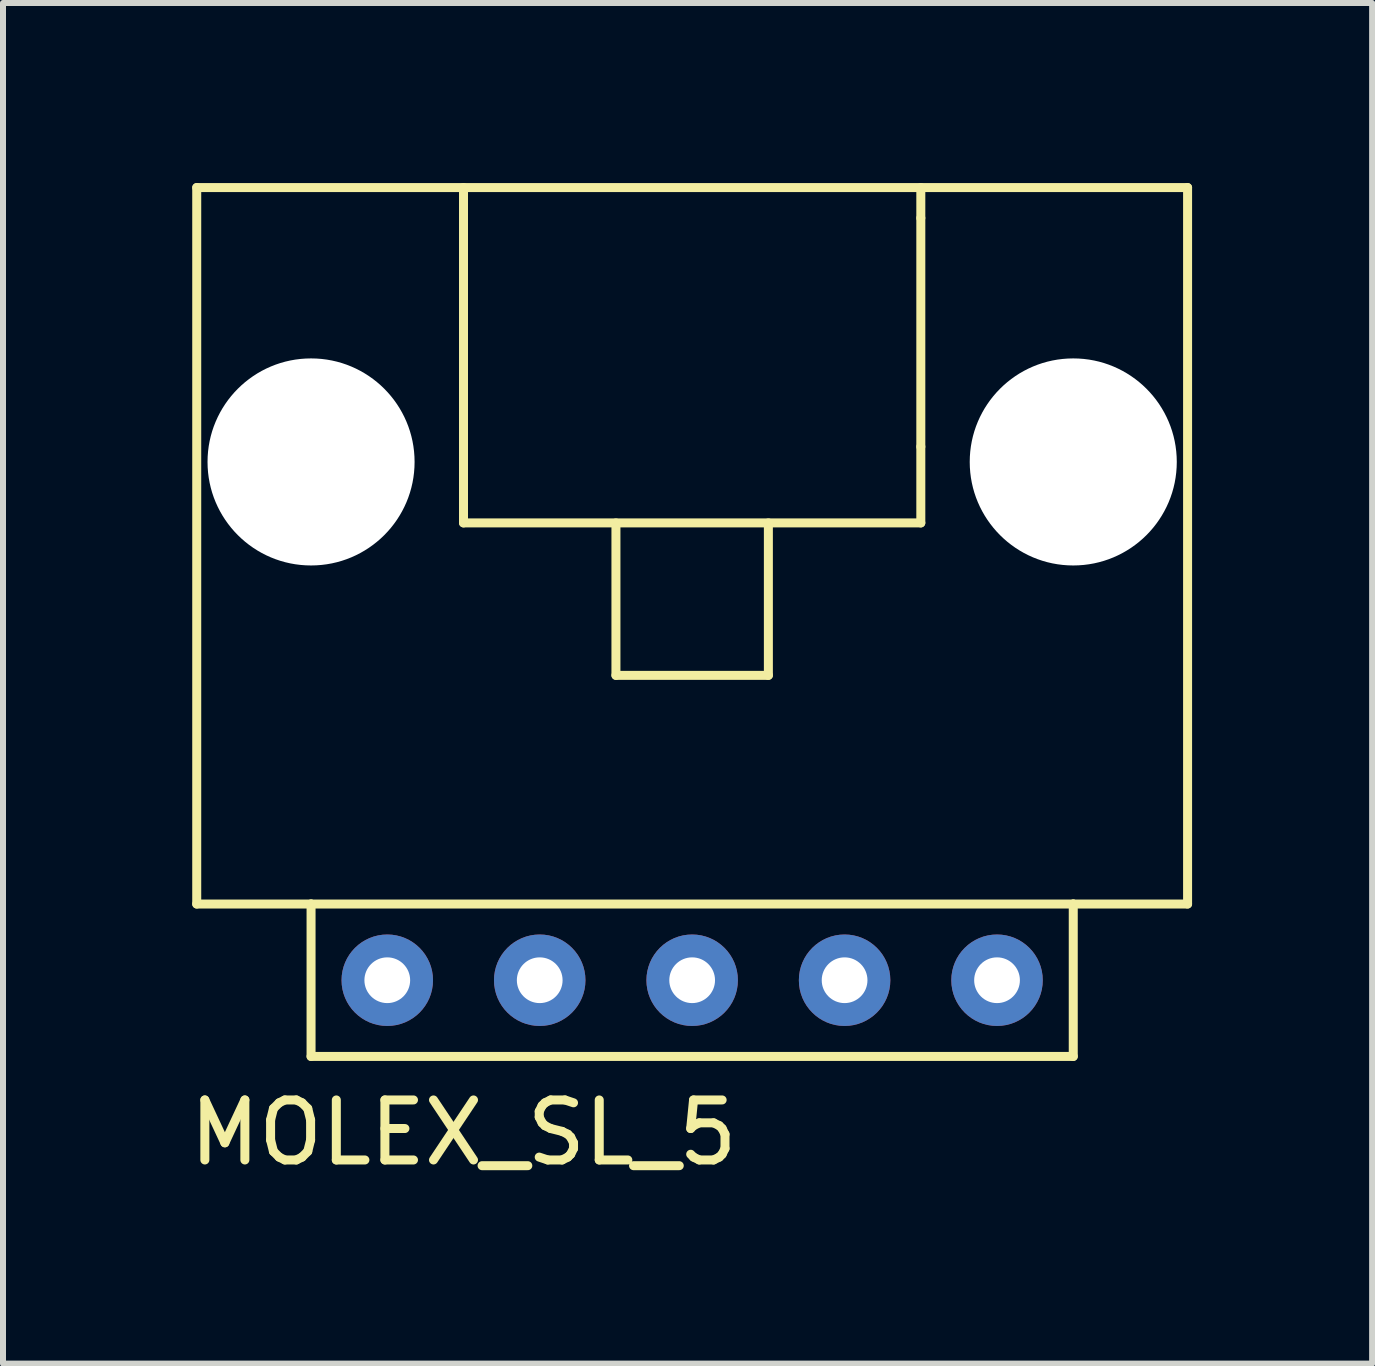
<source format=kicad_pcb>
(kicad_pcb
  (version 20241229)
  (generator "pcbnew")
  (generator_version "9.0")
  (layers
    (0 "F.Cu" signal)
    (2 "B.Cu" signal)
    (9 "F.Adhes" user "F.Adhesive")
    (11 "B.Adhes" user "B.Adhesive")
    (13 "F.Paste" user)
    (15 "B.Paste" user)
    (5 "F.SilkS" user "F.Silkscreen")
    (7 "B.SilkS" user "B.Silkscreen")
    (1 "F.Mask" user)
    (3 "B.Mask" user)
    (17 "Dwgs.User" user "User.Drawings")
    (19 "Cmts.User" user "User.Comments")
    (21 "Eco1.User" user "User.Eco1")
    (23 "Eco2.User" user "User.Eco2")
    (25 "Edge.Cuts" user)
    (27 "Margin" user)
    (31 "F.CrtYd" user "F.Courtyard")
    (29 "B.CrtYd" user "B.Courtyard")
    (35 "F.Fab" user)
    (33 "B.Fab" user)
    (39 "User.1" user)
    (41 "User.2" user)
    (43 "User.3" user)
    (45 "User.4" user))
  (footprint "MOLEX_SL_5"
    (layer "F.Cu")
    (at 8.483 13.283)
    (property "Reference" "MOLEX_SL_5" (at -3.81 2.54 0) (layer "F.SilkS") (effects (font (size 1 1) (thickness 0.15))))
    (attr through_hole)
    (fp_line (start -8.255 -13.208) (end 8.255 -13.208) (stroke (width 0.15) (type solid)) (layer "F.SilkS"))
    (fp_line (start -8.255 -1.27) (end -8.255 -13.208) (stroke (width 0.15) (type solid)) (layer "F.SilkS"))
    (fp_line (start -6.35 -1.27) (end -8.255 -1.27) (stroke (width 0.15) (type solid)) (layer "F.SilkS"))
    (fp_line (start -6.35 -1.27) (end 6.35 -1.27) (stroke (width 0.15) (type solid)) (layer "F.SilkS"))
    (fp_line (start -6.35 1.27) (end -6.35 -1.27) (stroke (width 0.15) (type solid)) (layer "F.SilkS"))
    (fp_line (start -3.81 -13.208) (end -3.81 -12.7) (stroke (width 0.15) (type solid)) (layer "F.SilkS"))
    (fp_line (start -3.81 -8.89) (end -3.81 -12.7) (stroke (width 0.15) (type solid)) (layer "F.SilkS"))
    (fp_line (start -3.81 -8.89) (end -3.81 -7.62) (stroke (width 0.15) (type solid)) (layer "F.SilkS"))
    (fp_line (start -3.81 -7.62) (end 3.81 -7.62) (stroke (width 0.15) (type solid)) (layer "F.SilkS"))
    (fp_line (start -1.27 -7.62) (end -1.27 -5.08) (stroke (width 0.15) (type solid)) (layer "F.SilkS"))
    (fp_line (start -1.27 -5.08) (end 1.27 -5.08) (stroke (width 0.15) (type solid)) (layer "F.SilkS"))
    (fp_line (start 1.27 -5.08) (end 1.27 -7.62) (stroke (width 0.15) (type solid)) (layer "F.SilkS"))
    (fp_line (start 3.81 -12.7) (end 3.81 -13.208) (stroke (width 0.15) (type solid)) (layer "F.SilkS"))
    (fp_line (start 3.81 -8.89) (end 3.81 -12.7) (stroke (width 0.15) (type solid)) (layer "F.SilkS"))
    (fp_line (start 3.81 -7.62) (end 3.81 -8.89) (stroke (width 0.15) (type solid)) (layer "F.SilkS"))
    (fp_line (start 6.35 -1.27) (end 6.35 1.27) (stroke (width 0.15) (type solid)) (layer "F.SilkS"))
    (fp_line (start 6.35 -1.27) (end 8.255 -1.27) (stroke (width 0.15) (type solid)) (layer "F.SilkS"))
    (fp_line (start 6.35 1.27) (end -6.35 1.27) (stroke (width 0.15) (type solid)) (layer "F.SilkS"))
    (fp_line (start 8.255 -1.27) (end 8.255 -13.208) (stroke (width 0.15) (type solid)) (layer "F.SilkS"))
    (pad "" np_thru_hole circle (at -6.35 -8.636) (size 3.45 3.45) (drill 3.45) (layers "*.Cu" "*.Mask"))
    (pad "" np_thru_hole circle (at 6.35 -8.636) (size 3.45 3.45) (drill 3.45) (layers "*.Cu" "*.Mask"))
    (pad "1" thru_hole circle (at -5.08 0) (size 1.524 1.524) (drill 0.762) (layers "*.Cu" "*.Mask"))
    (pad "2" thru_hole circle (at -2.54 0) (size 1.524 1.524) (drill 0.762) (layers "*.Cu" "*.Mask"))
    (pad "3" thru_hole circle (at 0 0) (size 1.524 1.524) (drill 0.762) (layers "*.Cu" "*.Mask"))
    (pad "4" thru_hole circle (at 2.54 0) (size 1.524 1.524) (drill 0.762) (layers "*.Cu" "*.Mask"))
    (pad "5" thru_hole circle (at 5.08 0) (size 1.524 1.524) (drill 0.762) (layers "*.Cu" "*.Mask")))
  (gr_rect
    (start -3 -3)
    (end 19.813 19.671)
    (stroke (width 0.1) (type default))
    (fill no)
    (layer "Edge.Cuts")))
</source>
